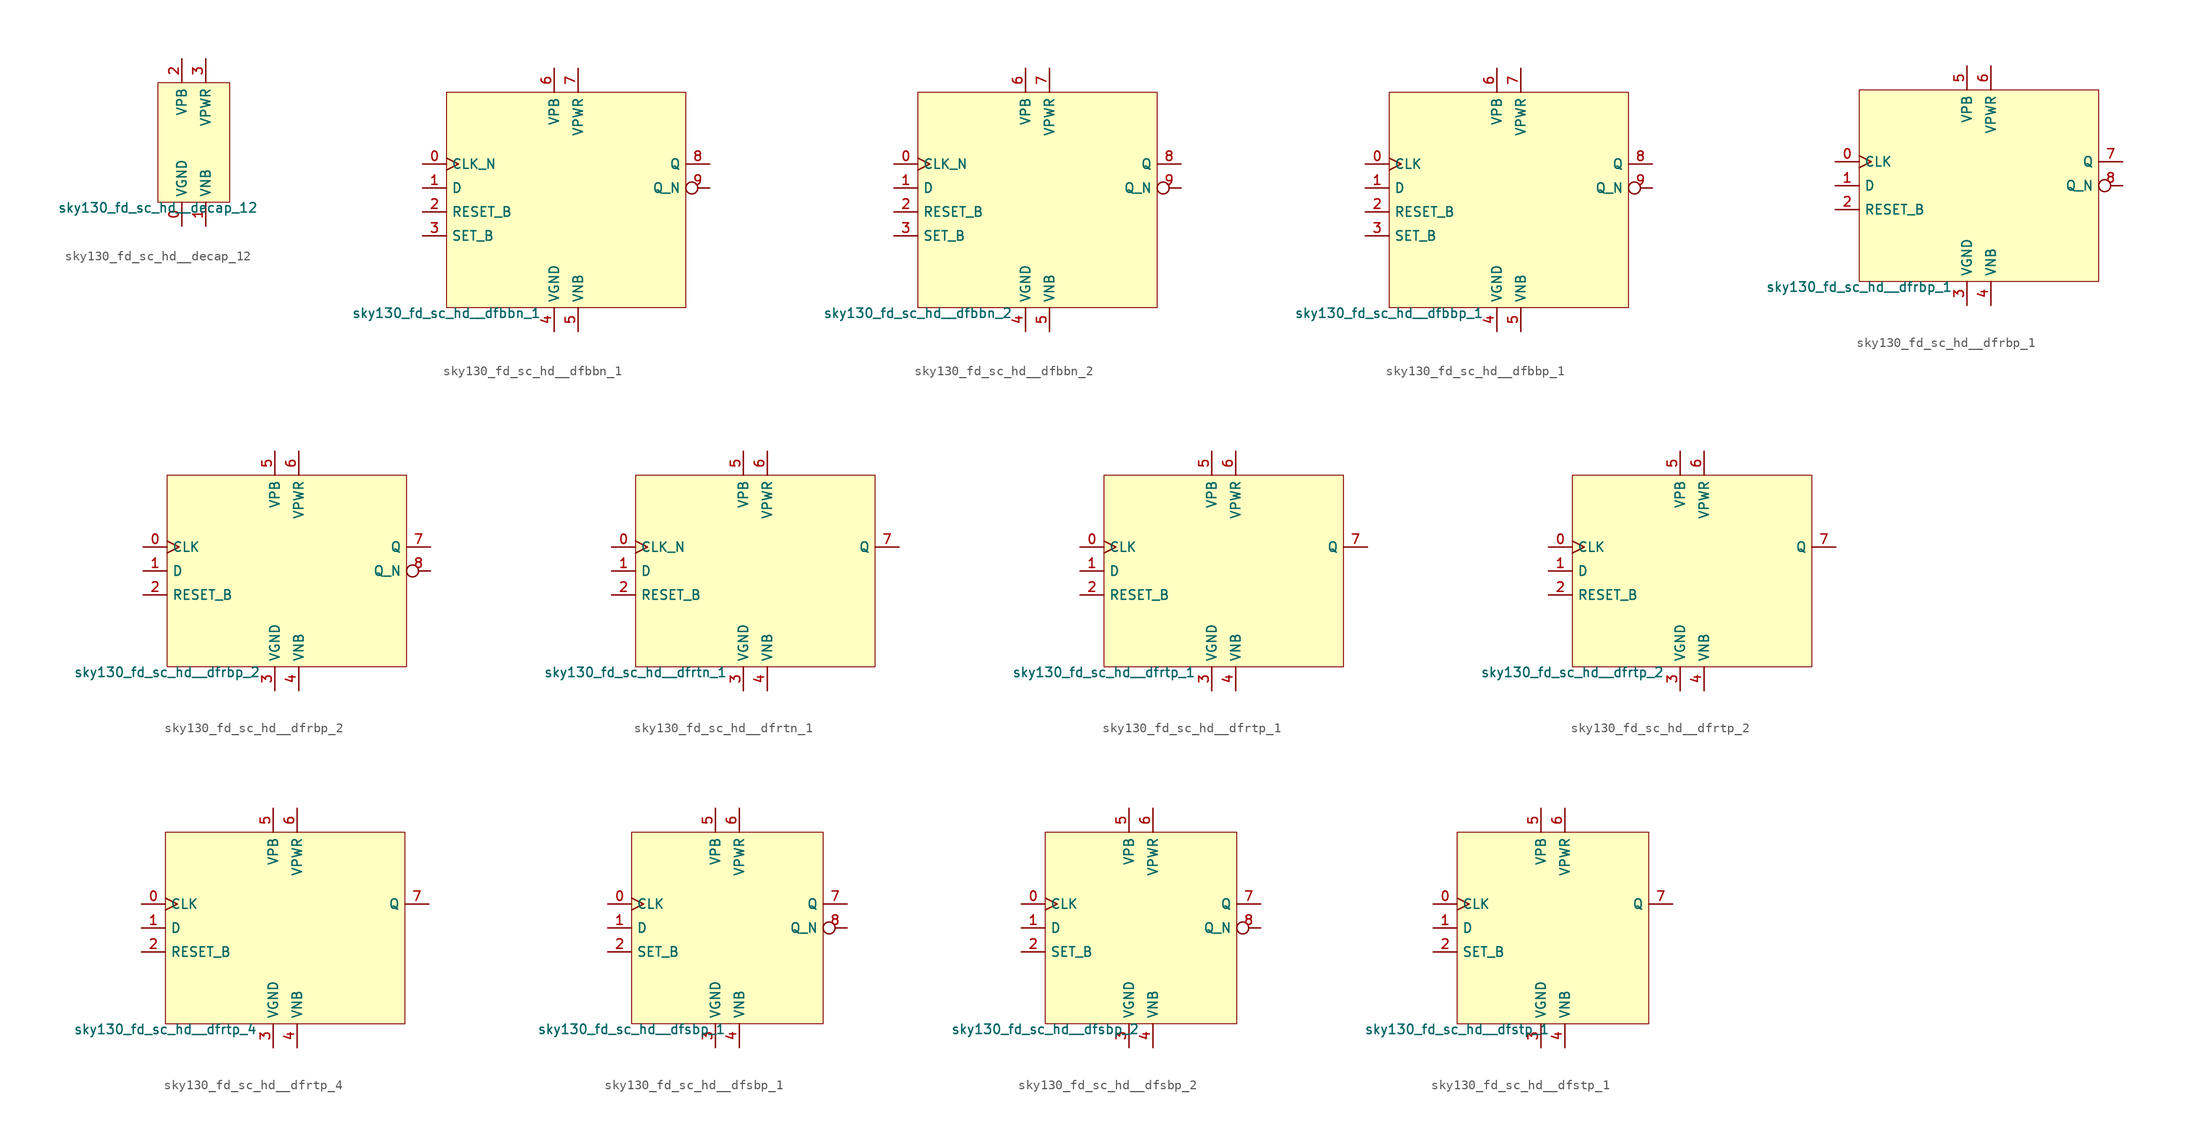
<source format=kicad_sym>
(kicad_symbol_lib
  (version 20211014)
  (generator lef2kicad_sym)
  (symbol "sky130_fd_sc_hd__decap_12"
    (property "Reference" "X"
      (at 0 0 0)
      (effects (font (size 1 1)) hide))
    (property "Value" "sky130_fd_sc_hd__decap_12"
      (at -3.81 -6.35 0)
      (effects (font (size 1 1)) (justify top)))
    (rectangle
      (start -3.81 -6.35)
      (end 3.81 6.35)
      (stroke (width 0.1) (type solid) (color 0 0 0 0))
      (fill (type background)))
    (pin power_in line
      (at -1.27 -8.89 90)
      (length 2.54)
      (name "VGND" (effects (font (size 1 1)) hide))
      (number "0" (effects (font (size 1 1)) hide)))
    (pin power_in line
      (at 1.27 -8.89 90)
      (length 2.54)
      (name "VNB" (effects (font (size 1 1)) hide))
      (number "1" (effects (font (size 1 1)) hide)))
    (pin power_in line
      (at -1.27 8.89 270)
      (length 2.54)
      (name "VPB" (effects (font (size 1 1)) hide))
      (number "2" (effects (font (size 1 1)) hide)))
    (pin power_in line
      (at 1.27 8.89 270)
      (length 2.54)
      (name "VPWR" (effects (font (size 1 1)) hide))
      (number "3" (effects (font (size 1 1)) hide))))
  (symbol "sky130_fd_sc_hd__dfbbn_1"
    (property "Reference" "X"
      (at 0 0 0)
      (effects (font (size 1 1)) hide))
    (property "Value" "sky130_fd_sc_hd__dfbbn_1"
      (at -12.7 -11.43 0)
      (effects (font (size 1 1)) (justify top)))
    (rectangle
      (start -12.7 -11.43)
      (end 12.7 11.43)
      (stroke (width 0.1) (type solid) (color 0 0 0 0))
      (fill (type background)))
    (pin input clock
      (at -15.24 3.81 0)
      (length 2.54)
      (name "CLK_N" (effects (font (size 1 1)) hide))
      (number "0" (effects (font (size 1 1)) hide)))
    (pin input line
      (at -15.24 1.27 0)
      (length 2.54)
      (name "D" (effects (font (size 1 1)) hide))
      (number "1" (effects (font (size 1 1)) hide)))
    (pin input line
      (at -15.24 -1.27 0)
      (length 2.54)
      (name "RESET_B" (effects (font (size 1 1)) hide))
      (number "2" (effects (font (size 1 1)) hide)))
    (pin input line
      (at -15.24 -3.81 0)
      (length 2.54)
      (name "SET_B" (effects (font (size 1 1)) hide))
      (number "3" (effects (font (size 1 1)) hide)))
    (pin power_in line
      (at -1.27 -13.97 90)
      (length 2.54)
      (name "VGND" (effects (font (size 1 1)) hide))
      (number "4" (effects (font (size 1 1)) hide)))
    (pin power_in line
      (at 1.27 -13.97 90)
      (length 2.54)
      (name "VNB" (effects (font (size 1 1)) hide))
      (number "5" (effects (font (size 1 1)) hide)))
    (pin power_in line
      (at -1.27 13.97 270)
      (length 2.54)
      (name "VPB" (effects (font (size 1 1)) hide))
      (number "6" (effects (font (size 1 1)) hide)))
    (pin power_in line
      (at 1.27 13.97 270)
      (length 2.54)
      (name "VPWR" (effects (font (size 1 1)) hide))
      (number "7" (effects (font (size 1 1)) hide)))
    (pin output line
      (at 15.24 3.81 180)
      (length 2.54)
      (name "Q" (effects (font (size 1 1)) hide))
      (number "8" (effects (font (size 1 1)) hide)))
    (pin output inverted
      (at 15.24 1.27 180)
      (length 2.54)
      (name "Q_N" (effects (font (size 1 1)) hide))
      (number "9" (effects (font (size 1 1)) hide))))
  (symbol "sky130_fd_sc_hd__dfbbn_2"
    (property "Reference" "X"
      (at 0 0 0)
      (effects (font (size 1 1)) hide))
    (property "Value" "sky130_fd_sc_hd__dfbbn_2"
      (at -12.7 -11.43 0)
      (effects (font (size 1 1)) (justify top)))
    (rectangle
      (start -12.7 -11.43)
      (end 12.7 11.43)
      (stroke (width 0.1) (type solid) (color 0 0 0 0))
      (fill (type background)))
    (pin input clock
      (at -15.24 3.81 0)
      (length 2.54)
      (name "CLK_N" (effects (font (size 1 1)) hide))
      (number "0" (effects (font (size 1 1)) hide)))
    (pin input line
      (at -15.24 1.27 0)
      (length 2.54)
      (name "D" (effects (font (size 1 1)) hide))
      (number "1" (effects (font (size 1 1)) hide)))
    (pin input line
      (at -15.24 -1.27 0)
      (length 2.54)
      (name "RESET_B" (effects (font (size 1 1)) hide))
      (number "2" (effects (font (size 1 1)) hide)))
    (pin input line
      (at -15.24 -3.81 0)
      (length 2.54)
      (name "SET_B" (effects (font (size 1 1)) hide))
      (number "3" (effects (font (size 1 1)) hide)))
    (pin power_in line
      (at -1.27 -13.97 90)
      (length 2.54)
      (name "VGND" (effects (font (size 1 1)) hide))
      (number "4" (effects (font (size 1 1)) hide)))
    (pin power_in line
      (at 1.27 -13.97 90)
      (length 2.54)
      (name "VNB" (effects (font (size 1 1)) hide))
      (number "5" (effects (font (size 1 1)) hide)))
    (pin power_in line
      (at -1.27 13.97 270)
      (length 2.54)
      (name "VPB" (effects (font (size 1 1)) hide))
      (number "6" (effects (font (size 1 1)) hide)))
    (pin power_in line
      (at 1.27 13.97 270)
      (length 2.54)
      (name "VPWR" (effects (font (size 1 1)) hide))
      (number "7" (effects (font (size 1 1)) hide)))
    (pin output line
      (at 15.24 3.81 180)
      (length 2.54)
      (name "Q" (effects (font (size 1 1)) hide))
      (number "8" (effects (font (size 1 1)) hide)))
    (pin output inverted
      (at 15.24 1.27 180)
      (length 2.54)
      (name "Q_N" (effects (font (size 1 1)) hide))
      (number "9" (effects (font (size 1 1)) hide))))
  (symbol "sky130_fd_sc_hd__dfbbp_1"
    (property "Reference" "X"
      (at 0 0 0)
      (effects (font (size 1 1)) hide))
    (property "Value" "sky130_fd_sc_hd__dfbbp_1"
      (at -12.7 -11.43 0)
      (effects (font (size 1 1)) (justify top)))
    (rectangle
      (start -12.7 -11.43)
      (end 12.7 11.43)
      (stroke (width 0.1) (type solid) (color 0 0 0 0))
      (fill (type background)))
    (pin input clock
      (at -15.24 3.81 0)
      (length 2.54)
      (name "CLK" (effects (font (size 1 1)) hide))
      (number "0" (effects (font (size 1 1)) hide)))
    (pin input line
      (at -15.24 1.27 0)
      (length 2.54)
      (name "D" (effects (font (size 1 1)) hide))
      (number "1" (effects (font (size 1 1)) hide)))
    (pin input line
      (at -15.24 -1.27 0)
      (length 2.54)
      (name "RESET_B" (effects (font (size 1 1)) hide))
      (number "2" (effects (font (size 1 1)) hide)))
    (pin input line
      (at -15.24 -3.81 0)
      (length 2.54)
      (name "SET_B" (effects (font (size 1 1)) hide))
      (number "3" (effects (font (size 1 1)) hide)))
    (pin power_in line
      (at -1.27 -13.97 90)
      (length 2.54)
      (name "VGND" (effects (font (size 1 1)) hide))
      (number "4" (effects (font (size 1 1)) hide)))
    (pin power_in line
      (at 1.27 -13.97 90)
      (length 2.54)
      (name "VNB" (effects (font (size 1 1)) hide))
      (number "5" (effects (font (size 1 1)) hide)))
    (pin power_in line
      (at -1.27 13.97 270)
      (length 2.54)
      (name "VPB" (effects (font (size 1 1)) hide))
      (number "6" (effects (font (size 1 1)) hide)))
    (pin power_in line
      (at 1.27 13.97 270)
      (length 2.54)
      (name "VPWR" (effects (font (size 1 1)) hide))
      (number "7" (effects (font (size 1 1)) hide)))
    (pin output line
      (at 15.24 3.81 180)
      (length 2.54)
      (name "Q" (effects (font (size 1 1)) hide))
      (number "8" (effects (font (size 1 1)) hide)))
    (pin output inverted
      (at 15.24 1.27 180)
      (length 2.54)
      (name "Q_N" (effects (font (size 1 1)) hide))
      (number "9" (effects (font (size 1 1)) hide))))
  (symbol "sky130_fd_sc_hd__dfrbp_1"
    (property "Reference" "X"
      (at 0 0 0)
      (effects (font (size 1 1)) hide))
    (property "Value" "sky130_fd_sc_hd__dfrbp_1"
      (at -12.7 -10.16 0)
      (effects (font (size 1 1)) (justify top)))
    (rectangle
      (start -12.7 -10.16)
      (end 12.7 10.16)
      (stroke (width 0.1) (type solid) (color 0 0 0 0))
      (fill (type background)))
    (pin input clock
      (at -15.24 2.54 0)
      (length 2.54)
      (name "CLK" (effects (font (size 1 1)) hide))
      (number "0" (effects (font (size 1 1)) hide)))
    (pin input line
      (at -15.24 0.0 0)
      (length 2.54)
      (name "D" (effects (font (size 1 1)) hide))
      (number "1" (effects (font (size 1 1)) hide)))
    (pin input line
      (at -15.24 -2.54 0)
      (length 2.54)
      (name "RESET_B" (effects (font (size 1 1)) hide))
      (number "2" (effects (font (size 1 1)) hide)))
    (pin power_in line
      (at -1.27 -12.7 90)
      (length 2.54)
      (name "VGND" (effects (font (size 1 1)) hide))
      (number "3" (effects (font (size 1 1)) hide)))
    (pin power_in line
      (at 1.27 -12.7 90)
      (length 2.54)
      (name "VNB" (effects (font (size 1 1)) hide))
      (number "4" (effects (font (size 1 1)) hide)))
    (pin power_in line
      (at -1.27 12.7 270)
      (length 2.54)
      (name "VPB" (effects (font (size 1 1)) hide))
      (number "5" (effects (font (size 1 1)) hide)))
    (pin power_in line
      (at 1.27 12.7 270)
      (length 2.54)
      (name "VPWR" (effects (font (size 1 1)) hide))
      (number "6" (effects (font (size 1 1)) hide)))
    (pin output line
      (at 15.24 2.54 180)
      (length 2.54)
      (name "Q" (effects (font (size 1 1)) hide))
      (number "7" (effects (font (size 1 1)) hide)))
    (pin output inverted
      (at 15.24 0.0 180)
      (length 2.54)
      (name "Q_N" (effects (font (size 1 1)) hide))
      (number "8" (effects (font (size 1 1)) hide))))
  (symbol "sky130_fd_sc_hd__dfrbp_2"
    (property "Reference" "X"
      (at 0 0 0)
      (effects (font (size 1 1)) hide))
    (property "Value" "sky130_fd_sc_hd__dfrbp_2"
      (at -12.7 -10.16 0)
      (effects (font (size 1 1)) (justify top)))
    (rectangle
      (start -12.7 -10.16)
      (end 12.7 10.16)
      (stroke (width 0.1) (type solid) (color 0 0 0 0))
      (fill (type background)))
    (pin input clock
      (at -15.24 2.54 0)
      (length 2.54)
      (name "CLK" (effects (font (size 1 1)) hide))
      (number "0" (effects (font (size 1 1)) hide)))
    (pin input line
      (at -15.24 0.0 0)
      (length 2.54)
      (name "D" (effects (font (size 1 1)) hide))
      (number "1" (effects (font (size 1 1)) hide)))
    (pin input line
      (at -15.24 -2.54 0)
      (length 2.54)
      (name "RESET_B" (effects (font (size 1 1)) hide))
      (number "2" (effects (font (size 1 1)) hide)))
    (pin power_in line
      (at -1.27 -12.7 90)
      (length 2.54)
      (name "VGND" (effects (font (size 1 1)) hide))
      (number "3" (effects (font (size 1 1)) hide)))
    (pin power_in line
      (at 1.27 -12.7 90)
      (length 2.54)
      (name "VNB" (effects (font (size 1 1)) hide))
      (number "4" (effects (font (size 1 1)) hide)))
    (pin power_in line
      (at -1.27 12.7 270)
      (length 2.54)
      (name "VPB" (effects (font (size 1 1)) hide))
      (number "5" (effects (font (size 1 1)) hide)))
    (pin power_in line
      (at 1.27 12.7 270)
      (length 2.54)
      (name "VPWR" (effects (font (size 1 1)) hide))
      (number "6" (effects (font (size 1 1)) hide)))
    (pin output line
      (at 15.24 2.54 180)
      (length 2.54)
      (name "Q" (effects (font (size 1 1)) hide))
      (number "7" (effects (font (size 1 1)) hide)))
    (pin output inverted
      (at 15.24 0.0 180)
      (length 2.54)
      (name "Q_N" (effects (font (size 1 1)) hide))
      (number "8" (effects (font (size 1 1)) hide))))
  (symbol "sky130_fd_sc_hd__dfrtn_1"
    (property "Reference" "X"
      (at 0 0 0)
      (effects (font (size 1 1)) hide))
    (property "Value" "sky130_fd_sc_hd__dfrtn_1"
      (at -12.7 -10.16 0)
      (effects (font (size 1 1)) (justify top)))
    (rectangle
      (start -12.7 -10.16)
      (end 12.7 10.16)
      (stroke (width 0.1) (type solid) (color 0 0 0 0))
      (fill (type background)))
    (pin input clock
      (at -15.24 2.54 0)
      (length 2.54)
      (name "CLK_N" (effects (font (size 1 1)) hide))
      (number "0" (effects (font (size 1 1)) hide)))
    (pin input line
      (at -15.24 0.0 0)
      (length 2.54)
      (name "D" (effects (font (size 1 1)) hide))
      (number "1" (effects (font (size 1 1)) hide)))
    (pin input line
      (at -15.24 -2.54 0)
      (length 2.54)
      (name "RESET_B" (effects (font (size 1 1)) hide))
      (number "2" (effects (font (size 1 1)) hide)))
    (pin power_in line
      (at -1.27 -12.7 90)
      (length 2.54)
      (name "VGND" (effects (font (size 1 1)) hide))
      (number "3" (effects (font (size 1 1)) hide)))
    (pin power_in line
      (at 1.27 -12.7 90)
      (length 2.54)
      (name "VNB" (effects (font (size 1 1)) hide))
      (number "4" (effects (font (size 1 1)) hide)))
    (pin power_in line
      (at -1.27 12.7 270)
      (length 2.54)
      (name "VPB" (effects (font (size 1 1)) hide))
      (number "5" (effects (font (size 1 1)) hide)))
    (pin power_in line
      (at 1.27 12.7 270)
      (length 2.54)
      (name "VPWR" (effects (font (size 1 1)) hide))
      (number "6" (effects (font (size 1 1)) hide)))
    (pin output line
      (at 15.24 2.54 180)
      (length 2.54)
      (name "Q" (effects (font (size 1 1)) hide))
      (number "7" (effects (font (size 1 1)) hide))))
  (symbol "sky130_fd_sc_hd__dfrtp_1"
    (property "Reference" "X"
      (at 0 0 0)
      (effects (font (size 1 1)) hide))
    (property "Value" "sky130_fd_sc_hd__dfrtp_1"
      (at -12.7 -10.16 0)
      (effects (font (size 1 1)) (justify top)))
    (rectangle
      (start -12.7 -10.16)
      (end 12.7 10.16)
      (stroke (width 0.1) (type solid) (color 0 0 0 0))
      (fill (type background)))
    (pin input clock
      (at -15.24 2.54 0)
      (length 2.54)
      (name "CLK" (effects (font (size 1 1)) hide))
      (number "0" (effects (font (size 1 1)) hide)))
    (pin input line
      (at -15.24 0.0 0)
      (length 2.54)
      (name "D" (effects (font (size 1 1)) hide))
      (number "1" (effects (font (size 1 1)) hide)))
    (pin input line
      (at -15.24 -2.54 0)
      (length 2.54)
      (name "RESET_B" (effects (font (size 1 1)) hide))
      (number "2" (effects (font (size 1 1)) hide)))
    (pin power_in line
      (at -1.27 -12.7 90)
      (length 2.54)
      (name "VGND" (effects (font (size 1 1)) hide))
      (number "3" (effects (font (size 1 1)) hide)))
    (pin power_in line
      (at 1.27 -12.7 90)
      (length 2.54)
      (name "VNB" (effects (font (size 1 1)) hide))
      (number "4" (effects (font (size 1 1)) hide)))
    (pin power_in line
      (at -1.27 12.7 270)
      (length 2.54)
      (name "VPB" (effects (font (size 1 1)) hide))
      (number "5" (effects (font (size 1 1)) hide)))
    (pin power_in line
      (at 1.27 12.7 270)
      (length 2.54)
      (name "VPWR" (effects (font (size 1 1)) hide))
      (number "6" (effects (font (size 1 1)) hide)))
    (pin output line
      (at 15.24 2.54 180)
      (length 2.54)
      (name "Q" (effects (font (size 1 1)) hide))
      (number "7" (effects (font (size 1 1)) hide))))
  (symbol "sky130_fd_sc_hd__dfrtp_2"
    (property "Reference" "X"
      (at 0 0 0)
      (effects (font (size 1 1)) hide))
    (property "Value" "sky130_fd_sc_hd__dfrtp_2"
      (at -12.7 -10.16 0)
      (effects (font (size 1 1)) (justify top)))
    (rectangle
      (start -12.7 -10.16)
      (end 12.7 10.16)
      (stroke (width 0.1) (type solid) (color 0 0 0 0))
      (fill (type background)))
    (pin input clock
      (at -15.24 2.54 0)
      (length 2.54)
      (name "CLK" (effects (font (size 1 1)) hide))
      (number "0" (effects (font (size 1 1)) hide)))
    (pin input line
      (at -15.24 0.0 0)
      (length 2.54)
      (name "D" (effects (font (size 1 1)) hide))
      (number "1" (effects (font (size 1 1)) hide)))
    (pin input line
      (at -15.24 -2.54 0)
      (length 2.54)
      (name "RESET_B" (effects (font (size 1 1)) hide))
      (number "2" (effects (font (size 1 1)) hide)))
    (pin power_in line
      (at -1.27 -12.7 90)
      (length 2.54)
      (name "VGND" (effects (font (size 1 1)) hide))
      (number "3" (effects (font (size 1 1)) hide)))
    (pin power_in line
      (at 1.27 -12.7 90)
      (length 2.54)
      (name "VNB" (effects (font (size 1 1)) hide))
      (number "4" (effects (font (size 1 1)) hide)))
    (pin power_in line
      (at -1.27 12.7 270)
      (length 2.54)
      (name "VPB" (effects (font (size 1 1)) hide))
      (number "5" (effects (font (size 1 1)) hide)))
    (pin power_in line
      (at 1.27 12.7 270)
      (length 2.54)
      (name "VPWR" (effects (font (size 1 1)) hide))
      (number "6" (effects (font (size 1 1)) hide)))
    (pin output line
      (at 15.24 2.54 180)
      (length 2.54)
      (name "Q" (effects (font (size 1 1)) hide))
      (number "7" (effects (font (size 1 1)) hide))))
  (symbol "sky130_fd_sc_hd__dfrtp_4"
    (property "Reference" "X"
      (at 0 0 0)
      (effects (font (size 1 1)) hide))
    (property "Value" "sky130_fd_sc_hd__dfrtp_4"
      (at -12.7 -10.16 0)
      (effects (font (size 1 1)) (justify top)))
    (rectangle
      (start -12.7 -10.16)
      (end 12.7 10.16)
      (stroke (width 0.1) (type solid) (color 0 0 0 0))
      (fill (type background)))
    (pin input clock
      (at -15.24 2.54 0)
      (length 2.54)
      (name "CLK" (effects (font (size 1 1)) hide))
      (number "0" (effects (font (size 1 1)) hide)))
    (pin input line
      (at -15.24 0.0 0)
      (length 2.54)
      (name "D" (effects (font (size 1 1)) hide))
      (number "1" (effects (font (size 1 1)) hide)))
    (pin input line
      (at -15.24 -2.54 0)
      (length 2.54)
      (name "RESET_B" (effects (font (size 1 1)) hide))
      (number "2" (effects (font (size 1 1)) hide)))
    (pin power_in line
      (at -1.27 -12.7 90)
      (length 2.54)
      (name "VGND" (effects (font (size 1 1)) hide))
      (number "3" (effects (font (size 1 1)) hide)))
    (pin power_in line
      (at 1.27 -12.7 90)
      (length 2.54)
      (name "VNB" (effects (font (size 1 1)) hide))
      (number "4" (effects (font (size 1 1)) hide)))
    (pin power_in line
      (at -1.27 12.7 270)
      (length 2.54)
      (name "VPB" (effects (font (size 1 1)) hide))
      (number "5" (effects (font (size 1 1)) hide)))
    (pin power_in line
      (at 1.27 12.7 270)
      (length 2.54)
      (name "VPWR" (effects (font (size 1 1)) hide))
      (number "6" (effects (font (size 1 1)) hide)))
    (pin output line
      (at 15.24 2.54 180)
      (length 2.54)
      (name "Q" (effects (font (size 1 1)) hide))
      (number "7" (effects (font (size 1 1)) hide))))
  (symbol "sky130_fd_sc_hd__dfsbp_1"
    (property "Reference" "X"
      (at 0 0 0)
      (effects (font (size 1 1)) hide))
    (property "Value" "sky130_fd_sc_hd__dfsbp_1"
      (at -10.16 -10.16 0)
      (effects (font (size 1 1)) (justify top)))
    (rectangle
      (start -10.16 -10.16)
      (end 10.16 10.16)
      (stroke (width 0.1) (type solid) (color 0 0 0 0))
      (fill (type background)))
    (pin input clock
      (at -12.7 2.54 0)
      (length 2.54)
      (name "CLK" (effects (font (size 1 1)) hide))
      (number "0" (effects (font (size 1 1)) hide)))
    (pin input line
      (at -12.7 0.0 0)
      (length 2.54)
      (name "D" (effects (font (size 1 1)) hide))
      (number "1" (effects (font (size 1 1)) hide)))
    (pin input line
      (at -12.7 -2.54 0)
      (length 2.54)
      (name "SET_B" (effects (font (size 1 1)) hide))
      (number "2" (effects (font (size 1 1)) hide)))
    (pin power_in line
      (at -1.27 -12.7 90)
      (length 2.54)
      (name "VGND" (effects (font (size 1 1)) hide))
      (number "3" (effects (font (size 1 1)) hide)))
    (pin power_in line
      (at 1.27 -12.7 90)
      (length 2.54)
      (name "VNB" (effects (font (size 1 1)) hide))
      (number "4" (effects (font (size 1 1)) hide)))
    (pin power_in line
      (at -1.27 12.7 270)
      (length 2.54)
      (name "VPB" (effects (font (size 1 1)) hide))
      (number "5" (effects (font (size 1 1)) hide)))
    (pin power_in line
      (at 1.27 12.7 270)
      (length 2.54)
      (name "VPWR" (effects (font (size 1 1)) hide))
      (number "6" (effects (font (size 1 1)) hide)))
    (pin output line
      (at 12.7 2.54 180)
      (length 2.54)
      (name "Q" (effects (font (size 1 1)) hide))
      (number "7" (effects (font (size 1 1)) hide)))
    (pin output inverted
      (at 12.7 0.0 180)
      (length 2.54)
      (name "Q_N" (effects (font (size 1 1)) hide))
      (number "8" (effects (font (size 1 1)) hide))))
  (symbol "sky130_fd_sc_hd__dfsbp_2"
    (property "Reference" "X"
      (at 0 0 0)
      (effects (font (size 1 1)) hide))
    (property "Value" "sky130_fd_sc_hd__dfsbp_2"
      (at -10.16 -10.16 0)
      (effects (font (size 1 1)) (justify top)))
    (rectangle
      (start -10.16 -10.16)
      (end 10.16 10.16)
      (stroke (width 0.1) (type solid) (color 0 0 0 0))
      (fill (type background)))
    (pin input clock
      (at -12.7 2.54 0)
      (length 2.54)
      (name "CLK" (effects (font (size 1 1)) hide))
      (number "0" (effects (font (size 1 1)) hide)))
    (pin input line
      (at -12.7 0.0 0)
      (length 2.54)
      (name "D" (effects (font (size 1 1)) hide))
      (number "1" (effects (font (size 1 1)) hide)))
    (pin input line
      (at -12.7 -2.54 0)
      (length 2.54)
      (name "SET_B" (effects (font (size 1 1)) hide))
      (number "2" (effects (font (size 1 1)) hide)))
    (pin power_in line
      (at -1.27 -12.7 90)
      (length 2.54)
      (name "VGND" (effects (font (size 1 1)) hide))
      (number "3" (effects (font (size 1 1)) hide)))
    (pin power_in line
      (at 1.27 -12.7 90)
      (length 2.54)
      (name "VNB" (effects (font (size 1 1)) hide))
      (number "4" (effects (font (size 1 1)) hide)))
    (pin power_in line
      (at -1.27 12.7 270)
      (length 2.54)
      (name "VPB" (effects (font (size 1 1)) hide))
      (number "5" (effects (font (size 1 1)) hide)))
    (pin power_in line
      (at 1.27 12.7 270)
      (length 2.54)
      (name "VPWR" (effects (font (size 1 1)) hide))
      (number "6" (effects (font (size 1 1)) hide)))
    (pin output line
      (at 12.7 2.54 180)
      (length 2.54)
      (name "Q" (effects (font (size 1 1)) hide))
      (number "7" (effects (font (size 1 1)) hide)))
    (pin output inverted
      (at 12.7 0.0 180)
      (length 2.54)
      (name "Q_N" (effects (font (size 1 1)) hide))
      (number "8" (effects (font (size 1 1)) hide))))
  (symbol "sky130_fd_sc_hd__dfstp_1"
    (property "Reference" "X"
      (at 0 0 0)
      (effects (font (size 1 1)) hide))
    (property "Value" "sky130_fd_sc_hd__dfstp_1"
      (at -10.16 -10.16 0)
      (effects (font (size 1 1)) (justify top)))
    (rectangle
      (start -10.16 -10.16)
      (end 10.16 10.16)
      (stroke (width 0.1) (type solid) (color 0 0 0 0))
      (fill (type background)))
    (pin input clock
      (at -12.7 2.54 0)
      (length 2.54)
      (name "CLK" (effects (font (size 1 1)) hide))
      (number "0" (effects (font (size 1 1)) hide)))
    (pin input line
      (at -12.7 0.0 0)
      (length 2.54)
      (name "D" (effects (font (size 1 1)) hide))
      (number "1" (effects (font (size 1 1)) hide)))
    (pin input line
      (at -12.7 -2.54 0)
      (length 2.54)
      (name "SET_B" (effects (font (size 1 1)) hide))
      (number "2" (effects (font (size 1 1)) hide)))
    (pin power_in line
      (at -1.27 -12.7 90)
      (length 2.54)
      (name "VGND" (effects (font (size 1 1)) hide))
      (number "3" (effects (font (size 1 1)) hide)))
    (pin power_in line
      (at 1.27 -12.7 90)
      (length 2.54)
      (name "VNB" (effects (font (size 1 1)) hide))
      (number "4" (effects (font (size 1 1)) hide)))
    (pin power_in line
      (at -1.27 12.7 270)
      (length 2.54)
      (name "VPB" (effects (font (size 1 1)) hide))
      (number "5" (effects (font (size 1 1)) hide)))
    (pin power_in line
      (at 1.27 12.7 270)
      (length 2.54)
      (name "VPWR" (effects (font (size 1 1)) hide))
      (number "6" (effects (font (size 1 1)) hide)))
    (pin output line
      (at 12.7 2.54 180)
      (length 2.54)
      (name "Q" (effects (font (size 1 1)) hide))
      (number "7" (effects (font (size 1 1)) hide)))))
</source>
